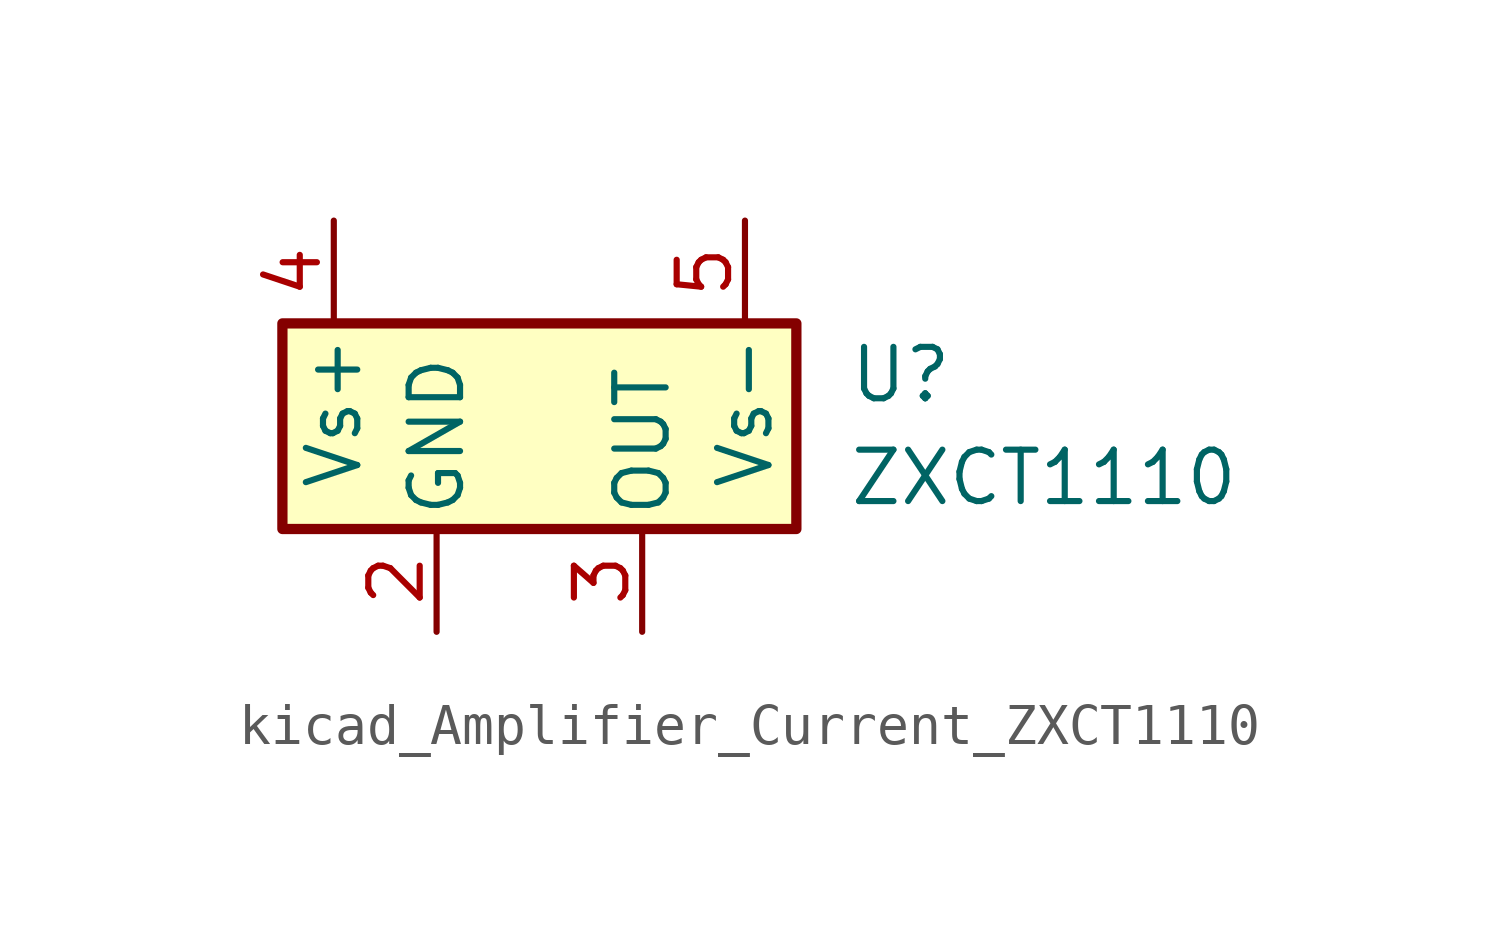
<source format=kicad_sym>
(kicad_symbol_lib
  (version 20220914)
  (generator kicad_symbol_editor)
  (symbol "kicad_Amplifier_Current_ZXCT1110"
    (pin_names
      (offset 0.254))
    (property "Reference" "U"
      (at 7.62 1.27 0)
      (effects (font (size 1.27 1.27)) (justify left)))
    (property "Value" "ZXCT1110"
      (at 7.62 -1.27 0)
      (effects (font (size 1.27 1.27)) (justify left)))
    (symbol "kicad_Amplifier_Current_ZXCT1110_0_1"
      (rectangle (start -6.35 2.54) (end 6.35 -2.54) (stroke (width 0.254) (type default)) (fill (type background))))
    (symbol "kicad_Amplifier_Current_ZXCT1110_1_1"
      (pin no_connect line (at 0 2.54 270) (length 2.54) hide (name "NC" (effects (font (size 1.27 1.27)))) (number "1" (effects (font (size 1.27 1.27)))))
      (pin power_in line (at -2.54 -5.08 90) (length 2.54) (name "GND" (effects (font (size 1.27 1.27)))) (number "2" (effects (font (size 1.27 1.27)))))
      (pin output line (at 2.54 -5.08 90) (length 2.54) (name "OUT" (effects (font (size 1.27 1.27)))) (number "3" (effects (font (size 1.27 1.27)))))
      (pin input line (at -5.08 5.08 270) (length 2.54) (name "Vs+" (effects (font (size 1.27 1.27)))) (number "4" (effects (font (size 1.27 1.27)))))
      (pin input line (at 5.08 5.08 270) (length 2.54) (name "Vs-" (effects (font (size 1.27 1.27)))) (number "5" (effects (font (size 1.27 1.27))))))))
</source>
